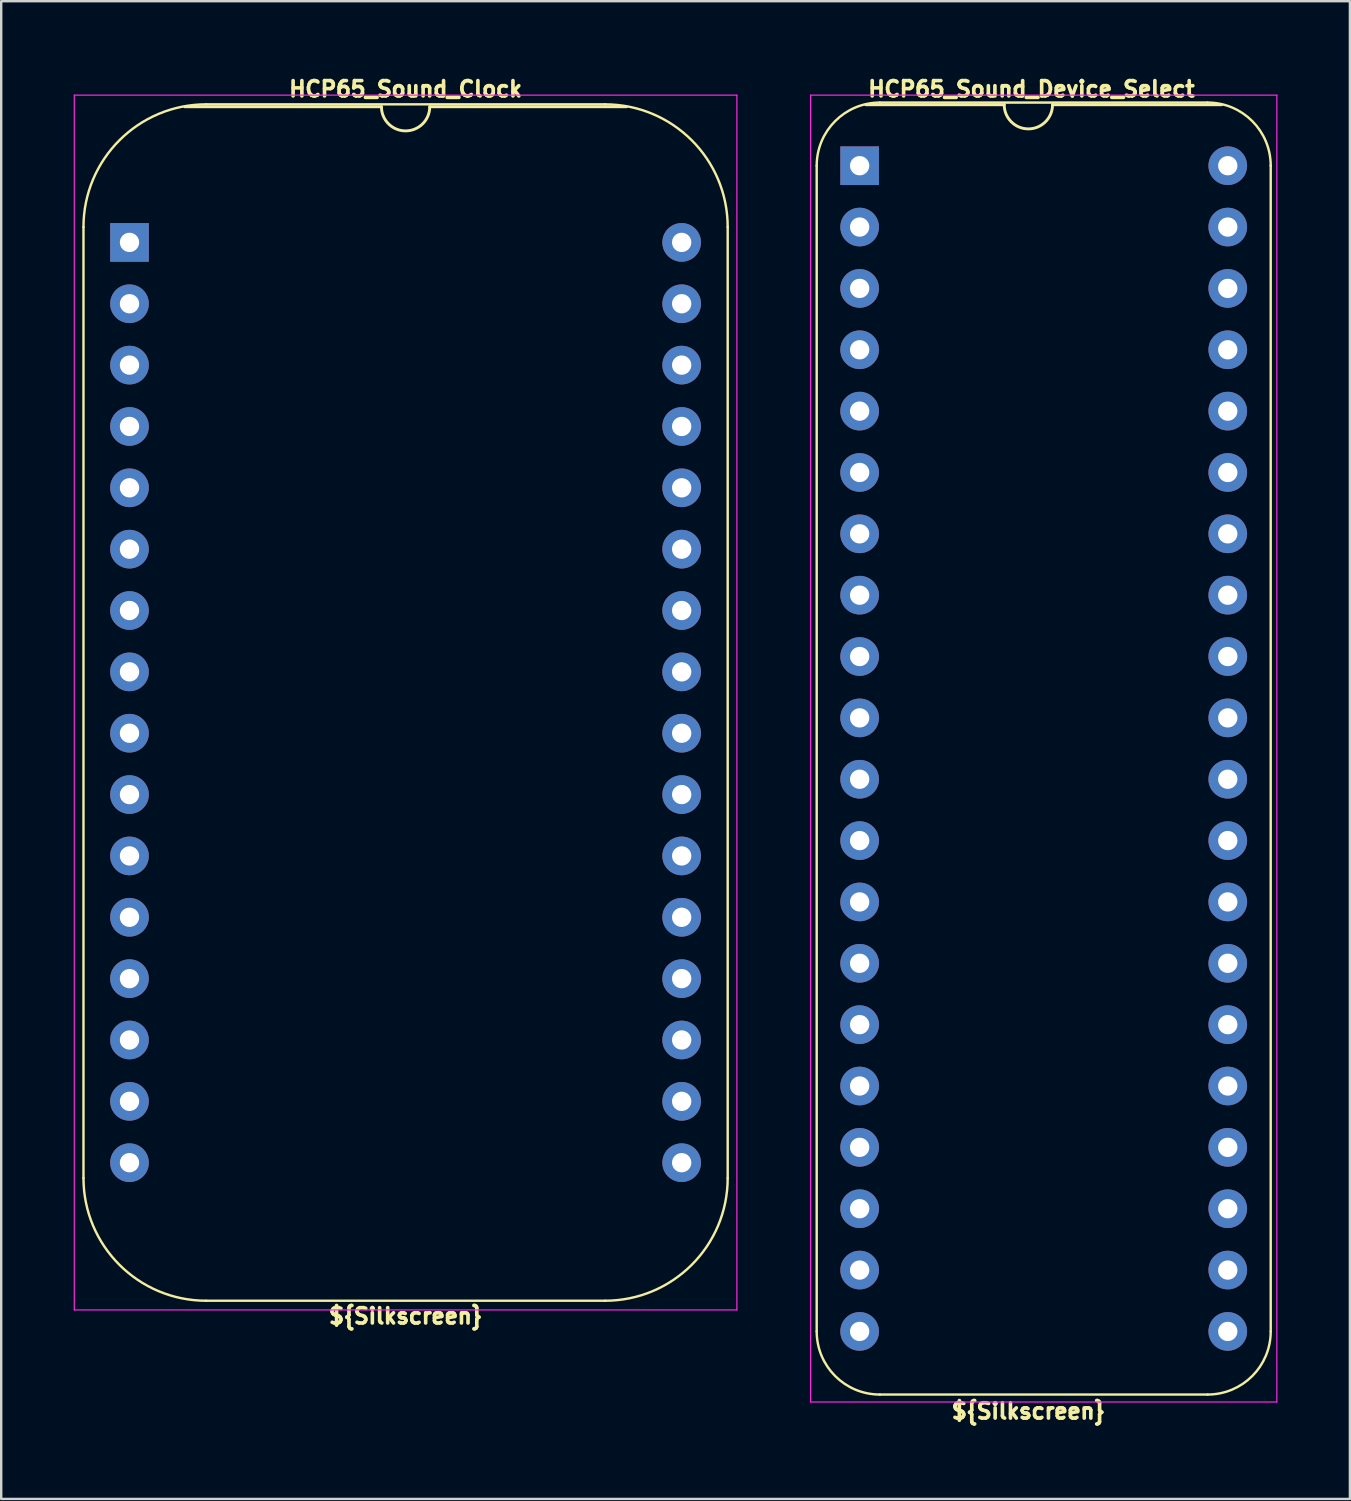
<source format=kicad_pcb>
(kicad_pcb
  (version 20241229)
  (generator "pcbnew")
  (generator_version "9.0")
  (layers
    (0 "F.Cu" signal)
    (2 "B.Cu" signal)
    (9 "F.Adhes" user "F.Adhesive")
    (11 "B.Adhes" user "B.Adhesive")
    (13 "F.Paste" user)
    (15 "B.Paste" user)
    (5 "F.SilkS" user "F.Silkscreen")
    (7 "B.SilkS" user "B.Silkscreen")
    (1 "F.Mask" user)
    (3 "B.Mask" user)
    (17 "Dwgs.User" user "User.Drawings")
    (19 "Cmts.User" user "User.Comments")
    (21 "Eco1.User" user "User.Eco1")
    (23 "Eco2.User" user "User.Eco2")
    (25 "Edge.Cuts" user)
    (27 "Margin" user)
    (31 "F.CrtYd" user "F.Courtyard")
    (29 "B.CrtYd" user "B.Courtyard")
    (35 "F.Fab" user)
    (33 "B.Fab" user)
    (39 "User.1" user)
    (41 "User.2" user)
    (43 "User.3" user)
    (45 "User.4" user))
  (footprint "HCP65_Sound_Clock"
    (layer "F.Cu")
    (at 2.311 6.985)
    (property "Reference" "HCP65_Sound_Clock" (at 11.43 -6.35 0) (layer "F.SilkS") (effects (font (size 0.635 0.635) (thickness 0.15))))
    (attr through_hole)
    (fp_line (start -1.905 -0.635) (end -1.905 38.735) (stroke (width 0.1) (type solid)) (layer "F.SilkS"))
    (fp_line (start 10.43 -5.616) (end 2.286 -5.616) (stroke (width 0.12) (type solid)) (layer "F.SilkS"))
    (fp_line (start 19.685 -5.715) (end 3.175 -5.715) (stroke (width 0.1) (type solid)) (layer "F.SilkS"))
    (fp_line (start 19.685 43.815) (end 3.175 43.815) (stroke (width 0.1) (type solid)) (layer "F.SilkS"))
    (fp_line (start 20.574 -5.616) (end 12.43 -5.616) (stroke (width 0.12) (type solid)) (layer "F.SilkS"))
    (fp_line (start 24.765 38.735) (end 24.765 -0.635) (stroke (width 0.1) (type solid)) (layer "F.SilkS"))
    (fp_arc (start -1.905 -0.635) (mid -0.417102 -4.227102) (end 3.175 -5.715) (stroke (width 0.1) (type solid)) (layer "F.SilkS"))
    (fp_arc (start 3.175 43.815) (mid -0.417102 42.327102) (end -1.905 38.735) (stroke (width 0.1) (type solid)) (layer "F.SilkS"))
    (fp_arc (start 12.43 -5.616) (mid 11.43 -4.616) (end 10.43 -5.616) (stroke (width 0.12) (type solid)) (layer "F.SilkS"))
    (fp_arc (start 19.685 -5.715) (mid 23.277102 -4.227102) (end 24.765 -0.635) (stroke (width 0.1) (type solid)) (layer "F.SilkS"))
    (fp_arc (start 24.765 38.735) (mid 23.277102 42.327102) (end 19.685 43.815) (stroke (width 0.1) (type solid)) (layer "F.SilkS"))
    (fp_line (start -2.286 -6.096) (end -2.286 44.196) (stroke (width 0.05) (type solid)) (layer "F.CrtYd"))
    (fp_line (start -2.286 -6.096) (end 25.146 -6.096) (stroke (width 0.05) (type solid)) (layer "F.CrtYd"))
    (fp_line (start -2.286 44.196) (end 25.146 44.196) (stroke (width 0.05) (type solid)) (layer "F.CrtYd"))
    (fp_line (start 25.146 44.196) (end 25.146 -6.096) (stroke (width 0.05) (type solid)) (layer "F.CrtYd"))
    (fp_text user "${Silkscreen}" (at 11.43 44.45 0) (layer "F.SilkS") (effects (font (size 0.635 0.635) (thickness 0.15))))
    (pad "1" thru_hole rect (at 0 0) (size 1.6 1.6) (drill 0.8) (layers "*.Cu" "*.Mask"))
    (pad "2" thru_hole oval (at 0 2.54) (size 1.6 1.6) (drill 0.8) (layers "*.Cu" "*.Mask"))
    (pad "3" thru_hole oval (at 0 5.08) (size 1.6 1.6) (drill 0.8) (layers "*.Cu" "*.Mask"))
    (pad "4" thru_hole oval (at 0 7.62) (size 1.6 1.6) (drill 0.8) (layers "*.Cu" "*.Mask"))
    (pad "5" thru_hole oval (at 0 10.16) (size 1.6 1.6) (drill 0.8) (layers "*.Cu" "*.Mask"))
    (pad "6" thru_hole oval (at 0 12.7) (size 1.6 1.6) (drill 0.8) (layers "*.Cu" "*.Mask"))
    (pad "7" thru_hole oval (at 0 15.24) (size 1.6 1.6) (drill 0.8) (layers "*.Cu" "*.Mask"))
    (pad "8" thru_hole oval (at 0 17.78) (size 1.6 1.6) (drill 0.8) (layers "*.Cu" "*.Mask"))
    (pad "9" thru_hole oval (at 0 20.32) (size 1.6 1.6) (drill 0.8) (layers "*.Cu" "*.Mask"))
    (pad "10" thru_hole oval (at 0 22.86) (size 1.6 1.6) (drill 0.8) (layers "*.Cu" "*.Mask"))
    (pad "11" thru_hole oval (at 0 25.4) (size 1.6 1.6) (drill 0.8) (layers "*.Cu" "*.Mask"))
    (pad "12" thru_hole oval (at 0 27.94) (size 1.6 1.6) (drill 0.8) (layers "*.Cu" "*.Mask"))
    (pad "13" thru_hole oval (at 0 30.48) (size 1.6 1.6) (drill 0.8) (layers "*.Cu" "*.Mask"))
    (pad "14" thru_hole oval (at 0 33.02) (size 1.6 1.6) (drill 0.8) (layers "*.Cu" "*.Mask"))
    (pad "15" thru_hole oval (at 0 35.56) (size 1.6 1.6) (drill 0.8) (layers "*.Cu" "*.Mask"))
    (pad "16" thru_hole oval (at 0 38.1) (size 1.6 1.6) (drill 0.8) (layers "*.Cu" "*.Mask"))
    (pad "17" thru_hole oval (at 22.86 38.1) (size 1.6 1.6) (drill 0.8) (layers "*.Cu" "*.Mask"))
    (pad "18" thru_hole oval (at 22.86 35.56) (size 1.6 1.6) (drill 0.8) (layers "*.Cu" "*.Mask"))
    (pad "19" thru_hole oval (at 22.86 33.02) (size 1.6 1.6) (drill 0.8) (layers "*.Cu" "*.Mask"))
    (pad "20" thru_hole oval (at 22.86 30.48) (size 1.6 1.6) (drill 0.8) (layers "*.Cu" "*.Mask"))
    (pad "21" thru_hole oval (at 22.86 27.94) (size 1.6 1.6) (drill 0.8) (layers "*.Cu" "*.Mask"))
    (pad "22" thru_hole oval (at 22.86 25.4) (size 1.6 1.6) (drill 0.8) (layers "*.Cu" "*.Mask"))
    (pad "23" thru_hole oval (at 22.86 22.86) (size 1.6 1.6) (drill 0.8) (layers "*.Cu" "*.Mask"))
    (pad "24" thru_hole oval (at 22.86 20.32) (size 1.6 1.6) (drill 0.8) (layers "*.Cu" "*.Mask"))
    (pad "25" thru_hole oval (at 22.86 17.78) (size 1.6 1.6) (drill 0.8) (layers "*.Cu" "*.Mask"))
    (pad "26" thru_hole oval (at 22.86 15.24) (size 1.6 1.6) (drill 0.8) (layers "*.Cu" "*.Mask"))
    (pad "27" thru_hole oval (at 22.86 12.7) (size 1.6 1.6) (drill 0.8) (layers "*.Cu" "*.Mask"))
    (pad "28" thru_hole oval (at 22.86 10.16) (size 1.6 1.6) (drill 0.8) (layers "*.Cu" "*.Mask"))
    (pad "29" thru_hole oval (at 22.86 7.62) (size 1.6 1.6) (drill 0.8) (layers "*.Cu" "*.Mask"))
    (pad "30" thru_hole oval (at 22.86 5.08) (size 1.6 1.6) (drill 0.8) (layers "*.Cu" "*.Mask"))
    (pad "31" thru_hole oval (at 22.86 2.54) (size 1.6 1.6) (drill 0.8) (layers "*.Cu" "*.Mask"))
    (pad "32" thru_hole oval (at 22.86 0) (size 1.6 1.6) (drill 0.8) (layers "*.Cu" "*.Mask")))
  (footprint "HCP65_Sound_Device_Select"
    (layer "F.Cu")
    (at 32.539 3.81)
    (property "Reference" "HCP65_Sound_Device_Select" (at 7.112 -3.175 0) (layer "F.SilkS") (effects (font (size 0.635 0.635) (thickness 0.15))))
    (attr through_hole)
    (fp_line (start -1.778 48.26) (end -1.778 0) (stroke (width 0.1) (type solid)) (layer "F.SilkS"))
    (fp_line (start 0.836 -2.614) (end 14.404 -2.614) (stroke (width 0.1) (type solid)) (layer "F.SilkS"))
    (fp_line (start 5.985 -2.524) (end 0.254 -2.524) (stroke (width 0.12) (type solid)) (layer "F.SilkS"))
    (fp_line (start 14.404 50.874) (end 0.836 50.874) (stroke (width 0.1) (type solid)) (layer "F.SilkS"))
    (fp_line (start 14.986 -2.524) (end 7.985 -2.524) (stroke (width 0.12) (type solid)) (layer "F.SilkS"))
    (fp_line (start 17.018 48.26) (end 17.018 0) (stroke (width 0.1) (type solid)) (layer "F.SilkS"))
    (fp_arc (start -1.778 0) (mid -1.012456 -1.848188) (end 0.835732 -2.613732) (stroke (width 0.1) (type solid)) (layer "F.SilkS"))
    (fp_arc (start 0.835733 50.873733) (mid -1.012456 50.108189) (end -1.778 48.26) (stroke (width 0.1) (type solid)) (layer "F.SilkS"))
    (fp_arc (start 7.985 -2.524) (mid 6.985 -1.524) (end 5.985 -2.524) (stroke (width 0.12) (type solid)) (layer "F.SilkS"))
    (fp_arc (start 14.404268 -2.613732) (mid 16.252456 -1.848188) (end 17.018 0) (stroke (width 0.1) (type solid)) (layer "F.SilkS"))
    (fp_arc (start 17.018001 48.260001) (mid 16.252456 50.108188) (end 14.404269 50.873733) (stroke (width 0.1) (type solid)) (layer "F.SilkS"))
    (fp_line (start -2.032 -2.921) (end -2.032 51.181) (stroke (width 0.05) (type solid)) (layer "F.CrtYd"))
    (fp_line (start -2.032 -2.921) (end 17.272 -2.921) (stroke (width 0.05) (type solid)) (layer "F.CrtYd"))
    (fp_line (start -2.032 51.181) (end 17.272 51.181) (stroke (width 0.05) (type solid)) (layer "F.CrtYd"))
    (fp_line (start 17.272 -2.921) (end 17.272 51.181) (stroke (width 0.05) (type solid)) (layer "F.CrtYd"))
    (fp_text user "${Silkscreen}" (at 6.985 51.562 0) (layer "F.SilkS") (effects (font (size 0.635 0.635) (thickness 0.15))))
    (pad "1" thru_hole rect (at 0 0) (size 1.6 1.6) (drill 0.8) (layers "*.Cu" "*.Mask"))
    (pad "2" thru_hole oval (at 0 2.54) (size 1.6 1.6) (drill 0.8) (layers "*.Cu" "*.Mask"))
    (pad "3" thru_hole oval (at 0 5.08) (size 1.6 1.6) (drill 0.8) (layers "*.Cu" "*.Mask"))
    (pad "4" thru_hole oval (at 0 7.62) (size 1.6 1.6) (drill 0.8) (layers "*.Cu" "*.Mask"))
    (pad "5" thru_hole oval (at 0 10.16) (size 1.6 1.6) (drill 0.8) (layers "*.Cu" "*.Mask"))
    (pad "6" thru_hole oval (at 0 12.7) (size 1.6 1.6) (drill 0.8) (layers "*.Cu" "*.Mask"))
    (pad "7" thru_hole oval (at 0 15.24) (size 1.6 1.6) (drill 0.8) (layers "*.Cu" "*.Mask"))
    (pad "8" thru_hole oval (at 0 17.78) (size 1.6 1.6) (drill 0.8) (layers "*.Cu" "*.Mask"))
    (pad "9" thru_hole oval (at 0 20.32) (size 1.6 1.6) (drill 0.8) (layers "*.Cu" "*.Mask"))
    (pad "10" thru_hole oval (at 0 22.86) (size 1.6 1.6) (drill 0.8) (layers "*.Cu" "*.Mask"))
    (pad "11" thru_hole oval (at 0 25.4) (size 1.6 1.6) (drill 0.8) (layers "*.Cu" "*.Mask"))
    (pad "12" thru_hole oval (at 0 27.94) (size 1.6 1.6) (drill 0.8) (layers "*.Cu" "*.Mask"))
    (pad "13" thru_hole oval (at 0 30.48) (size 1.6 1.6) (drill 0.8) (layers "*.Cu" "*.Mask"))
    (pad "14" thru_hole oval (at 0 33.02) (size 1.6 1.6) (drill 0.8) (layers "*.Cu" "*.Mask"))
    (pad "15" thru_hole oval (at 0 35.56) (size 1.6 1.6) (drill 0.8) (layers "*.Cu" "*.Mask"))
    (pad "16" thru_hole oval (at 0 38.1) (size 1.6 1.6) (drill 0.8) (layers "*.Cu" "*.Mask"))
    (pad "17" thru_hole oval (at 0 40.64) (size 1.6 1.6) (drill 0.8) (layers "*.Cu" "*.Mask"))
    (pad "18" thru_hole oval (at 0 43.18) (size 1.6 1.6) (drill 0.8) (layers "*.Cu" "*.Mask"))
    (pad "19" thru_hole oval (at 0 45.72) (size 1.6 1.6) (drill 0.8) (layers "*.Cu" "*.Mask"))
    (pad "20" thru_hole oval (at 0 48.26) (size 1.6 1.6) (drill 0.8) (layers "*.Cu" "*.Mask"))
    (pad "21" thru_hole oval (at 15.24 48.26) (size 1.6 1.6) (drill 0.8) (layers "*.Cu" "*.Mask"))
    (pad "22" thru_hole oval (at 15.24 45.72) (size 1.6 1.6) (drill 0.8) (layers "*.Cu" "*.Mask"))
    (pad "23" thru_hole oval (at 15.24 43.18) (size 1.6 1.6) (drill 0.8) (layers "*.Cu" "*.Mask"))
    (pad "24" thru_hole oval (at 15.24 40.64) (size 1.6 1.6) (drill 0.8) (layers "*.Cu" "*.Mask"))
    (pad "25" thru_hole oval (at 15.24 38.1) (size 1.6 1.6) (drill 0.8) (layers "*.Cu" "*.Mask"))
    (pad "26" thru_hole oval (at 15.24 35.56) (size 1.6 1.6) (drill 0.8) (layers "*.Cu" "*.Mask"))
    (pad "27" thru_hole oval (at 15.24 33.02) (size 1.6 1.6) (drill 0.8) (layers "*.Cu" "*.Mask"))
    (pad "28" thru_hole oval (at 15.24 30.48) (size 1.6 1.6) (drill 0.8) (layers "*.Cu" "*.Mask"))
    (pad "29" thru_hole oval (at 15.24 27.94) (size 1.6 1.6) (drill 0.8) (layers "*.Cu" "*.Mask"))
    (pad "30" thru_hole oval (at 15.24 25.4) (size 1.6 1.6) (drill 0.8) (layers "*.Cu" "*.Mask"))
    (pad "31" thru_hole oval (at 15.24 22.86) (size 1.6 1.6) (drill 0.8) (layers "*.Cu" "*.Mask"))
    (pad "32" thru_hole oval (at 15.24 20.32) (size 1.6 1.6) (drill 0.8) (layers "*.Cu" "*.Mask"))
    (pad "33" thru_hole oval (at 15.24 17.78) (size 1.6 1.6) (drill 0.8) (layers "*.Cu" "*.Mask"))
    (pad "34" thru_hole oval (at 15.24 15.24) (size 1.6 1.6) (drill 0.8) (layers "*.Cu" "*.Mask"))
    (pad "35" thru_hole oval (at 15.24 12.7) (size 1.6 1.6) (drill 0.8) (layers "*.Cu" "*.Mask"))
    (pad "36" thru_hole oval (at 15.24 10.16) (size 1.6 1.6) (drill 0.8) (layers "*.Cu" "*.Mask"))
    (pad "37" thru_hole oval (at 15.24 7.62) (size 1.6 1.6) (drill 0.8) (layers "*.Cu" "*.Mask"))
    (pad "38" thru_hole oval (at 15.24 5.08) (size 1.6 1.6) (drill 0.8) (layers "*.Cu" "*.Mask"))
    (pad "39" thru_hole oval (at 15.24 2.54) (size 1.6 1.6) (drill 0.8) (layers "*.Cu" "*.Mask"))
    (pad "40" thru_hole oval (at 15.24 0) (size 1.6 1.6) (drill 0.8) (layers "*.Cu" "*.Mask")))
  (gr_rect
    (start -3 -3)
    (end 52.836 59.006)
    (stroke (width 0.1) (type default))
    (fill no)
    (layer "Edge.Cuts")))
</source>
